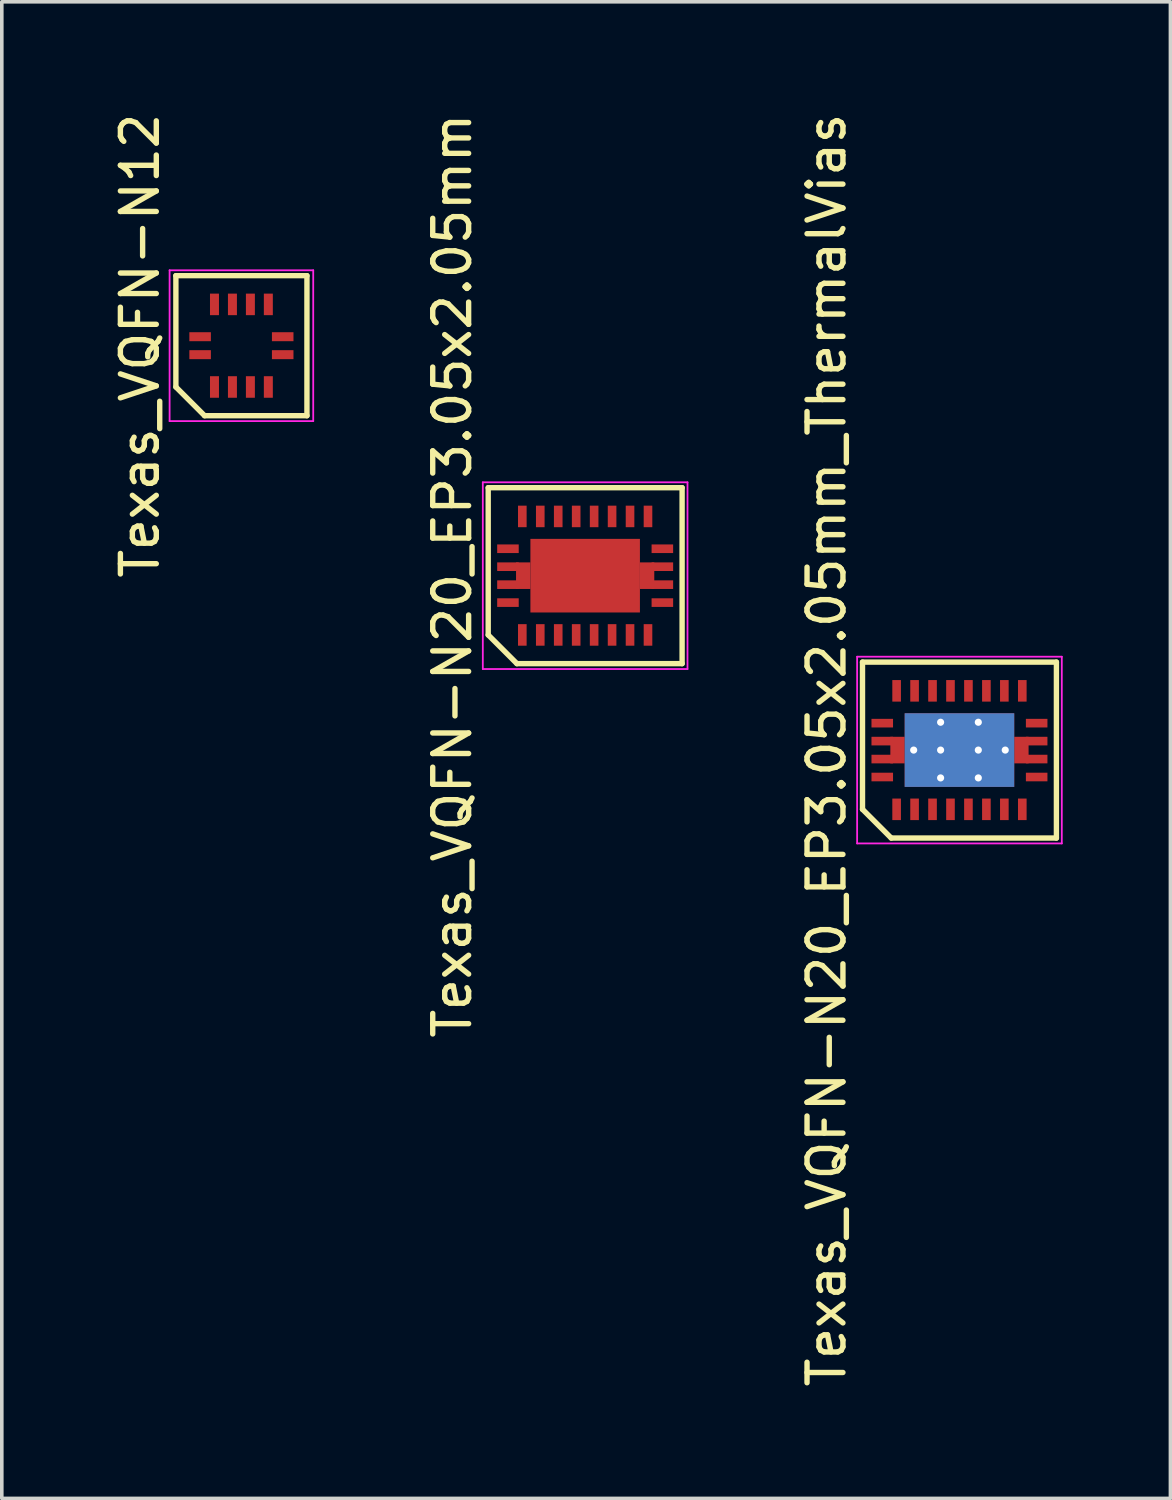
<source format=kicad_pcb>
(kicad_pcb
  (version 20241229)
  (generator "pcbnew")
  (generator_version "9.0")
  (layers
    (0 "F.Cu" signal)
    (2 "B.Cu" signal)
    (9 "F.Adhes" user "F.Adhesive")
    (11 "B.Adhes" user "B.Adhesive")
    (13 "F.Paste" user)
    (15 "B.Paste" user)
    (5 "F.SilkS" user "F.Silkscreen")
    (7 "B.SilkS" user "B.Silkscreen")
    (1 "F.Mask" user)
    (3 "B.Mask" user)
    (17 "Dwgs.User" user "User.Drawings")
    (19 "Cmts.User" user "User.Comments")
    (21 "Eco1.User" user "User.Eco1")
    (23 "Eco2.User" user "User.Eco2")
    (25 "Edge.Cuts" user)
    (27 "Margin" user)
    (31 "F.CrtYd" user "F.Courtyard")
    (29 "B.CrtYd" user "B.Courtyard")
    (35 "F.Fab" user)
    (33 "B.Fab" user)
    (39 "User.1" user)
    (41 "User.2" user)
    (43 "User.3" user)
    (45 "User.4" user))
  (footprint "Texas_VQFN-N20_EP3.05x2.05mm_ThermalVias"
    (layer "F.Cu")
    (at 23.67 17.839)
    (property "Reference" "Texas_VQFN-N20_EP3.05x2.05mm_ThermalVias" (at -3.7 0 90) (layer "F.SilkS") (effects (font (size 1 1) (thickness 0.15))))
    (attr smd)
    (fp_line (start -2.7 -2.45) (end 2.7 -2.45) (stroke (width 0.15) (type solid)) (layer "F.SilkS"))
    (fp_line (start -2.7 1.65) (end -2.7 -2.45) (stroke (width 0.15) (type solid)) (layer "F.SilkS"))
    (fp_line (start -1.9 2.45) (end -2.7 1.65) (stroke (width 0.15) (type solid)) (layer "F.SilkS"))
    (fp_line (start 2.7 -2.45) (end 2.7 2.45) (stroke (width 0.15) (type solid)) (layer "F.SilkS"))
    (fp_line (start 2.7 2.45) (end -1.9 2.45) (stroke (width 0.15) (type solid)) (layer "F.SilkS"))
    (fp_line (start -2.85 -2.6) (end 2.85 -2.6) (stroke (width 0.05) (type solid)) (layer "F.CrtYd"))
    (fp_line (start -2.85 2.6) (end -2.85 -2.6) (stroke (width 0.05) (type solid)) (layer "F.CrtYd"))
    (fp_line (start 2.85 -2.6) (end 2.85 2.6) (stroke (width 0.05) (type solid)) (layer "F.CrtYd"))
    (fp_line (start 2.85 2.6) (end -2.85 2.6) (stroke (width 0.05) (type solid)) (layer "F.CrtYd"))
    (pad "" smd rect (at -1.8 0) (size 0.25 0.74) (layers "F.Paste"))
    (pad "" smd rect (at -1.05 -0.56) (size 0.85 0.92) (layers "F.Paste"))
    (pad "" smd rect (at -1.05 0.56) (size 0.85 0.92) (layers "F.Paste"))
    (pad "" smd rect (at 0 -0.56) (size 0.85 0.92) (layers "F.Paste"))
    (pad "" smd rect (at 0 0.56) (size 0.85 0.92) (layers "F.Paste"))
    (pad "" smd rect (at 1.05 -0.56) (size 0.85 0.92) (layers "F.Paste"))
    (pad "" smd rect (at 1.05 0.56) (size 0.85 0.92) (layers "F.Paste"))
    (pad "" smd rect (at 1.8 0) (size 0.25 0.74) (layers "F.Paste"))
    (pad "1" smd rect (at -2.15 0.75 90) (size 0.24 0.6) (layers "F.Cu" "F.Mask" "F.Paste"))
    (pad "2" smd rect (at -1.75 1.65) (size 0.24 0.6) (layers "F.Cu" "F.Mask" "F.Paste"))
    (pad "3" smd rect (at -1.25 1.65) (size 0.24 0.6) (layers "F.Cu" "F.Mask" "F.Paste"))
    (pad "4" smd rect (at -0.75 1.65) (size 0.24 0.6) (layers "F.Cu" "F.Mask" "F.Paste"))
    (pad "5" smd rect (at -0.25 1.65) (size 0.24 0.6) (layers "F.Cu" "F.Mask" "F.Paste"))
    (pad "6" smd rect (at 0.25 1.65) (size 0.24 0.6) (layers "F.Cu" "F.Mask" "F.Paste"))
    (pad "7" smd rect (at 0.75 1.65) (size 0.24 0.6) (layers "F.Cu" "F.Mask" "F.Paste"))
    (pad "8" smd rect (at 1.25 1.65) (size 0.24 0.6) (layers "F.Cu" "F.Mask" "F.Paste"))
    (pad "9" smd rect (at 1.75 1.65) (size 0.24 0.6) (layers "F.Cu" "F.Mask" "F.Paste"))
    (pad "10" smd rect (at 2.15 0.75 90) (size 0.24 0.6) (layers "F.Cu" "F.Mask" "F.Paste"))
    (pad "11" smd rect (at 2.15 -0.75 90) (size 0.24 0.6) (layers "F.Cu" "F.Mask" "F.Paste"))
    (pad "12" smd rect (at 1.75 -1.65) (size 0.24 0.6) (layers "F.Cu" "F.Mask" "F.Paste"))
    (pad "13" smd rect (at 1.25 -1.65) (size 0.24 0.6) (layers "F.Cu" "F.Mask" "F.Paste"))
    (pad "14" smd rect (at 0.75 -1.65) (size 0.24 0.6) (layers "F.Cu" "F.Mask" "F.Paste"))
    (pad "15" smd rect (at 0.25 -1.65) (size 0.24 0.6) (layers "F.Cu" "F.Mask" "F.Paste"))
    (pad "16" smd rect (at -0.25 -1.65) (size 0.24 0.6) (layers "F.Cu" "F.Mask" "F.Paste"))
    (pad "17" smd rect (at -0.75 -1.65) (size 0.24 0.6) (layers "F.Cu" "F.Mask" "F.Paste"))
    (pad "18" smd rect (at -1.25 -1.65) (size 0.24 0.6) (layers "F.Cu" "F.Mask" "F.Paste"))
    (pad "19" smd rect (at -1.75 -1.65) (size 0.24 0.6) (layers "F.Cu" "F.Mask" "F.Paste"))
    (pad "20" smd rect (at -2.15 -0.75 90) (size 0.24 0.6) (layers "F.Cu" "F.Mask" "F.Paste"))
    (pad "21" smd rect (at -2.15 -0.25 90) (size 0.24 0.6) (layers "F.Cu" "F.Mask" "F.Paste"))
    (pad "21" smd rect (at -2.15 0.25 90) (size 0.24 0.6) (layers "F.Cu" "F.Mask" "F.Paste"))
    (pad "21" smd rect (at -1.725 0) (size 0.4 0.74) (layers "F.Cu" "F.Mask"))
    (pad "21" thru_hole circle (at -1.275 0) (size 0.4 0.4) (drill 0.2) (layers "*.Cu"))
    (pad "21" thru_hole circle (at -0.525 -0.775) (size 0.4 0.4) (drill 0.2) (layers "*.Cu"))
    (pad "21" thru_hole circle (at -0.525 0) (size 0.4 0.4) (drill 0.2) (layers "*.Cu"))
    (pad "21" thru_hole circle (at -0.525 0.775) (size 0.4 0.4) (drill 0.2) (layers "*.Cu"))
    (pad "21" smd rect (at 0 0) (size 3.05 2.05) (layers "F.Cu" "F.Mask"))
    (pad "21" smd rect (at 0 0) (size 3.05 2.05) (layers "B.Cu"))
    (pad "21" thru_hole circle (at 0.525 -0.775) (size 0.4 0.4) (drill 0.2) (layers "*.Cu"))
    (pad "21" thru_hole circle (at 0.525 0) (size 0.4 0.4) (drill 0.2) (layers "*.Cu"))
    (pad "21" thru_hole circle (at 0.525 0.775) (size 0.4 0.4) (drill 0.2) (layers "*.Cu"))
    (pad "21" thru_hole circle (at 1.275 0) (size 0.4 0.4) (drill 0.2) (layers "*.Cu"))
    (pad "21" smd rect (at 1.725 0) (size 0.4 0.74) (layers "F.Cu" "F.Mask"))
    (pad "21" smd rect (at 2.15 -0.25 90) (size 0.24 0.6) (layers "F.Cu" "F.Mask" "F.Paste"))
    (pad "21" smd rect (at 2.15 0.25 90) (size 0.24 0.6) (layers "F.Cu" "F.Mask" "F.Paste")))
  (footprint "Texas_VQFN-N20_EP3.05x2.05mm"
    (layer "F.Cu")
    (at 13.246 12.982)
    (property "Reference" "Texas_VQFN-N20_EP3.05x2.05mm" (at -3.7 0 90) (layer "F.SilkS") (effects (font (size 1 1) (thickness 0.15))))
    (attr smd)
    (fp_line (start -2.7 -2.45) (end 2.7 -2.45) (stroke (width 0.15) (type solid)) (layer "F.SilkS"))
    (fp_line (start -2.7 1.65) (end -2.7 -2.45) (stroke (width 0.15) (type solid)) (layer "F.SilkS"))
    (fp_line (start -1.9 2.45) (end -2.7 1.65) (stroke (width 0.15) (type solid)) (layer "F.SilkS"))
    (fp_line (start 2.7 -2.45) (end 2.7 2.45) (stroke (width 0.15) (type solid)) (layer "F.SilkS"))
    (fp_line (start 2.7 2.45) (end -1.9 2.45) (stroke (width 0.15) (type solid)) (layer "F.SilkS"))
    (fp_line (start -2.85 -2.6) (end 2.85 -2.6) (stroke (width 0.05) (type solid)) (layer "F.CrtYd"))
    (fp_line (start -2.85 2.6) (end -2.85 -2.6) (stroke (width 0.05) (type solid)) (layer "F.CrtYd"))
    (fp_line (start 2.85 -2.6) (end 2.85 2.6) (stroke (width 0.05) (type solid)) (layer "F.CrtYd"))
    (fp_line (start 2.85 2.6) (end -2.85 2.6) (stroke (width 0.05) (type solid)) (layer "F.CrtYd"))
    (pad "" smd rect (at -1.8 0) (size 0.25 0.74) (layers "F.Paste"))
    (pad "" smd rect (at -1.05 -0.56) (size 0.85 0.92) (layers "F.Paste"))
    (pad "" smd rect (at -1.05 0.56) (size 0.85 0.92) (layers "F.Paste"))
    (pad "" smd rect (at 0 -0.56) (size 0.85 0.92) (layers "F.Paste"))
    (pad "" smd rect (at 0 0.56) (size 0.85 0.92) (layers "F.Paste"))
    (pad "" smd rect (at 1.05 -0.56) (size 0.85 0.92) (layers "F.Paste"))
    (pad "" smd rect (at 1.05 0.56) (size 0.85 0.92) (layers "F.Paste"))
    (pad "" smd rect (at 1.8 0) (size 0.25 0.74) (layers "F.Paste"))
    (pad "1" smd rect (at -2.15 0.75 90) (size 0.24 0.6) (layers "F.Cu" "F.Mask" "F.Paste"))
    (pad "2" smd rect (at -1.75 1.65) (size 0.24 0.6) (layers "F.Cu" "F.Mask" "F.Paste"))
    (pad "3" smd rect (at -1.25 1.65) (size 0.24 0.6) (layers "F.Cu" "F.Mask" "F.Paste"))
    (pad "4" smd rect (at -0.75 1.65) (size 0.24 0.6) (layers "F.Cu" "F.Mask" "F.Paste"))
    (pad "5" smd rect (at -0.25 1.65) (size 0.24 0.6) (layers "F.Cu" "F.Mask" "F.Paste"))
    (pad "6" smd rect (at 0.25 1.65) (size 0.24 0.6) (layers "F.Cu" "F.Mask" "F.Paste"))
    (pad "7" smd rect (at 0.75 1.65) (size 0.24 0.6) (layers "F.Cu" "F.Mask" "F.Paste"))
    (pad "8" smd rect (at 1.25 1.65) (size 0.24 0.6) (layers "F.Cu" "F.Mask" "F.Paste"))
    (pad "9" smd rect (at 1.75 1.65) (size 0.24 0.6) (layers "F.Cu" "F.Mask" "F.Paste"))
    (pad "10" smd rect (at 2.15 0.75 90) (size 0.24 0.6) (layers "F.Cu" "F.Mask" "F.Paste"))
    (pad "11" smd rect (at 2.15 -0.75 90) (size 0.24 0.6) (layers "F.Cu" "F.Mask" "F.Paste"))
    (pad "12" smd rect (at 1.75 -1.65) (size 0.24 0.6) (layers "F.Cu" "F.Mask" "F.Paste"))
    (pad "13" smd rect (at 1.25 -1.65) (size 0.24 0.6) (layers "F.Cu" "F.Mask" "F.Paste"))
    (pad "14" smd rect (at 0.75 -1.65) (size 0.24 0.6) (layers "F.Cu" "F.Mask" "F.Paste"))
    (pad "15" smd rect (at 0.25 -1.65) (size 0.24 0.6) (layers "F.Cu" "F.Mask" "F.Paste"))
    (pad "16" smd rect (at -0.25 -1.65) (size 0.24 0.6) (layers "F.Cu" "F.Mask" "F.Paste"))
    (pad "17" smd rect (at -0.75 -1.65) (size 0.24 0.6) (layers "F.Cu" "F.Mask" "F.Paste"))
    (pad "18" smd rect (at -1.25 -1.65) (size 0.24 0.6) (layers "F.Cu" "F.Mask" "F.Paste"))
    (pad "19" smd rect (at -1.75 -1.65) (size 0.24 0.6) (layers "F.Cu" "F.Mask" "F.Paste"))
    (pad "20" smd rect (at -2.15 -0.75 90) (size 0.24 0.6) (layers "F.Cu" "F.Mask" "F.Paste"))
    (pad "21" smd rect (at -2.15 -0.25 90) (size 0.24 0.6) (layers "F.Cu" "F.Mask" "F.Paste"))
    (pad "21" smd rect (at -2.15 0.25 90) (size 0.24 0.6) (layers "F.Cu" "F.Mask" "F.Paste"))
    (pad "21" smd rect (at -1.725 0) (size 0.4 0.74) (layers "F.Cu" "F.Mask"))
    (pad "21" smd rect (at 0 0) (size 3.05 2.05) (layers "F.Cu" "F.Mask"))
    (pad "21" smd rect (at 1.725 0) (size 0.4 0.74) (layers "F.Cu" "F.Mask"))
    (pad "21" smd rect (at 2.15 -0.25 90) (size 0.24 0.6) (layers "F.Cu" "F.Mask" "F.Paste"))
    (pad "21" smd rect (at 2.15 0.25 90) (size 0.24 0.6) (layers "F.Cu" "F.Mask" "F.Paste")))
  (footprint "Texas_VQFN-N12"
    (layer "F.Cu")
    (at 3.673 6.577)
    (property "Reference" "Texas_VQFN-N12" (at -2.825 0 90) (layer "F.SilkS") (effects (font (size 1 1) (thickness 0.15))))
    (attr smd)
    (fp_line (start -1.825 -1.95) (end 1.825 -1.95) (stroke (width 0.15) (type solid)) (layer "F.SilkS"))
    (fp_line (start -1.825 1.15) (end -1.825 -1.95) (stroke (width 0.15) (type solid)) (layer "F.SilkS"))
    (fp_line (start -1.025 1.95) (end -1.825 1.15) (stroke (width 0.15) (type solid)) (layer "F.SilkS"))
    (fp_line (start 1.825 -1.95) (end 1.825 1.95) (stroke (width 0.15) (type solid)) (layer "F.SilkS"))
    (fp_line (start 1.825 1.95) (end -1.025 1.95) (stroke (width 0.15) (type solid)) (layer "F.SilkS"))
    (fp_line (start -2 -2.1) (end 2 -2.1) (stroke (width 0.05) (type solid)) (layer "F.CrtYd"))
    (fp_line (start -2 2.1) (end -2 -2.1) (stroke (width 0.05) (type solid)) (layer "F.CrtYd"))
    (fp_line (start 2 -2.1) (end 2 2.1) (stroke (width 0.05) (type solid)) (layer "F.CrtYd"))
    (fp_line (start 2 2.1) (end -2 2.1) (stroke (width 0.05) (type solid)) (layer "F.CrtYd"))
    (pad "1" smd rect (at -0.75 1.15) (size 0.25 0.6) (layers "F.Cu" "F.Mask" "F.Paste"))
    (pad "2" smd rect (at -0.25 1.15) (size 0.25 0.6) (layers "F.Cu" "F.Mask" "F.Paste"))
    (pad "3" smd rect (at 0.25 1.15) (size 0.25 0.6) (layers "F.Cu" "F.Mask" "F.Paste"))
    (pad "4" smd rect (at 0.75 1.15) (size 0.25 0.6) (layers "F.Cu" "F.Mask" "F.Paste"))
    (pad "5" smd rect (at 1.15 0.25 90) (size 0.25 0.6) (layers "F.Cu" "F.Mask" "F.Paste"))
    (pad "6" smd rect (at 1.15 -0.25 90) (size 0.25 0.6) (layers "F.Cu" "F.Mask" "F.Paste"))
    (pad "7" smd rect (at 0.75 -1.15) (size 0.25 0.6) (layers "F.Cu" "F.Mask" "F.Paste"))
    (pad "8" smd rect (at 0.25 -1.15) (size 0.25 0.6) (layers "F.Cu" "F.Mask" "F.Paste"))
    (pad "9" smd rect (at -0.25 -1.15) (size 0.25 0.6) (layers "F.Cu" "F.Mask" "F.Paste"))
    (pad "10" smd rect (at -0.75 -1.15) (size 0.25 0.6) (layers "F.Cu" "F.Mask" "F.Paste"))
    (pad "11" smd rect (at -1.15 -0.25 90) (size 0.25 0.6) (layers "F.Cu" "F.Mask" "F.Paste"))
    (pad "12" smd rect (at -1.15 0.25 90) (size 0.25 0.6) (layers "F.Cu" "F.Mask" "F.Paste")))
  (gr_rect
    (start -3 -3)
    (end 29.545 38.679)
    (stroke (width 0.1) (type default))
    (fill no)
    (layer "Edge.Cuts")))
</source>
